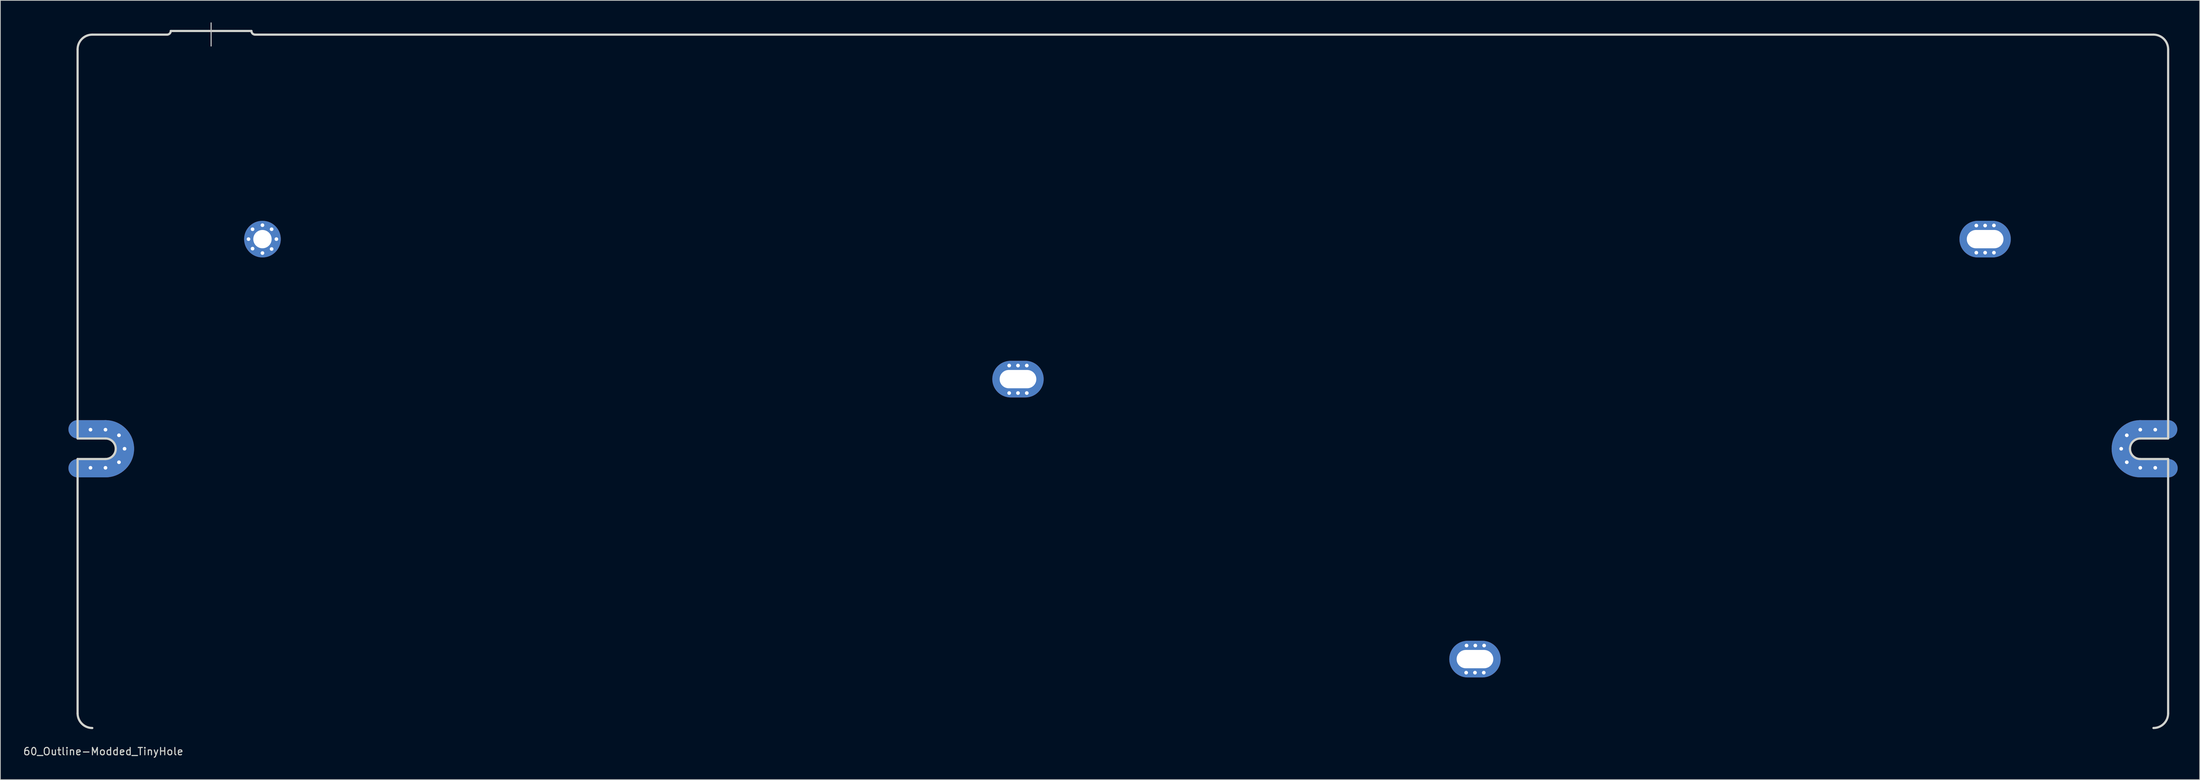
<source format=kicad_pcb>
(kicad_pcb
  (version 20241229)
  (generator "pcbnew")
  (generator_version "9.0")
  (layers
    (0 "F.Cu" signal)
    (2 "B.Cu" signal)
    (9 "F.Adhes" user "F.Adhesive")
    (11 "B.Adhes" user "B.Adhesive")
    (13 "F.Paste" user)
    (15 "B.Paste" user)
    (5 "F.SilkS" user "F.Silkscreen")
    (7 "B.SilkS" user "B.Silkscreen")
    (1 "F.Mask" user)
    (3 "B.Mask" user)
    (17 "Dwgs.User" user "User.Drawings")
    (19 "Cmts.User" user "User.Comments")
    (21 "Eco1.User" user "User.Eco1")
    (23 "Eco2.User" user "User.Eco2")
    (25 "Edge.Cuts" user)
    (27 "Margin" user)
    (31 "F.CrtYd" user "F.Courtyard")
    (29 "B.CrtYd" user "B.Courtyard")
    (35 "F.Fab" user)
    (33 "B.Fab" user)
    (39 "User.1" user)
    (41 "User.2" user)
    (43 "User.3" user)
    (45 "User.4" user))
  (footprint "60_Outline-Modded_TinyHole"
    (layer "F.Cu")
    (at 150.03 48.975)
    (property "Reference" "60_Outline-Modded_TinyHole" (at -139 50.5 0) (layer "Edge.Cuts") (effects (font (size 1 1) (thickness 0.15))))
    (attr through_hole)
    (fp_line (start -142.5 6.549) (end -138.7 6.549) (stroke (width 2.502) (type solid)) (layer "F.Cu"))
    (fp_line (start -142.5 11.851) (end -138.7 11.851) (stroke (width 2.502) (type solid)) (layer "F.Cu"))
    (fp_line (start 138.7 6.549) (end 142.5 6.549) (stroke (width 2.502) (type solid)) (layer "F.Cu"))
    (fp_line (start 138.7 11.851) (end 142.55 11.851) (stroke (width 2.502) (type solid)) (layer "F.Cu"))
    (fp_arc (start -138.7 6.54905) (mid -136.825495 7.325495) (end -136.04905 9.2) (stroke (width 2.5019) (type solid)) (layer "F.Cu"))
    (fp_arc (start -136.04905 9.2) (mid -136.825495 11.074505) (end -138.7 11.85095) (stroke (width 2.5019) (type solid)) (layer "F.Cu"))
    (fp_arc (start 136.04905 9.2) (mid 136.825495 7.325495) (end 138.7 6.54905) (stroke (width 2.5019) (type solid)) (layer "F.Cu"))
    (fp_arc (start 138.7 11.85095) (mid 136.825495 11.074505) (end 136.04905 9.2) (stroke (width 2.5019) (type solid)) (layer "F.Cu"))
    (fp_line (start -142.5 6.549) (end -138.7 6.549) (stroke (width 2.502) (type solid)) (layer "F.Mask"))
    (fp_line (start -142.5 11.851) (end -138.7 11.851) (stroke (width 2.502) (type solid)) (layer "F.Mask"))
    (fp_line (start 138.7 6.549) (end 142.5 6.549) (stroke (width 2.502) (type solid)) (layer "F.Mask"))
    (fp_line (start 138.7 11.851) (end 142.55 11.851) (stroke (width 2.502) (type solid)) (layer "F.Mask"))
    (fp_arc (start -138.7 6.54905) (mid -136.825495 7.325495) (end -136.04905 9.2) (stroke (width 2.5019) (type solid)) (layer "F.Mask"))
    (fp_arc (start -136.04905 9.2) (mid -136.825495 11.074505) (end -138.7 11.85095) (stroke (width 2.5019) (type solid)) (layer "F.Mask"))
    (fp_arc (start 136.04905 9.2) (mid 136.825495 7.325495) (end 138.7 6.54905) (stroke (width 2.5019) (type solid)) (layer "F.Mask"))
    (fp_arc (start 138.7 11.85095) (mid 136.825495 11.074505) (end 136.04905 9.2) (stroke (width 2.5019) (type solid)) (layer "F.Mask"))
    (fp_line (start -142.5 6.549) (end -138.7 6.549) (stroke (width 2.502) (type solid)) (layer "B.Cu"))
    (fp_line (start -142.5 11.851) (end -138.7 11.851) (stroke (width 2.502) (type solid)) (layer "B.Cu"))
    (fp_line (start 138.7 6.549) (end 142.5 6.549) (stroke (width 2.502) (type solid)) (layer "B.Cu"))
    (fp_line (start 138.7 11.851) (end 142.55 11.851) (stroke (width 2.502) (type solid)) (layer "B.Cu"))
    (fp_arc (start -138.7 6.54905) (mid -136.825495 7.325495) (end -136.04905 9.2) (stroke (width 2.5019) (type solid)) (layer "B.Cu"))
    (fp_arc (start -136.04905 9.2) (mid -136.825495 11.074505) (end -138.7 11.85095) (stroke (width 2.5019) (type solid)) (layer "B.Cu"))
    (fp_arc (start 136.04905 9.2) (mid 136.825495 7.325495) (end 138.7 6.54905) (stroke (width 2.5019) (type solid)) (layer "B.Cu"))
    (fp_arc (start 138.7 11.85095) (mid 136.825495 11.074505) (end 136.04905 9.2) (stroke (width 2.5019) (type solid)) (layer "B.Cu"))
    (fp_line (start -142.5 6.549) (end -138.7 6.549) (stroke (width 2.502) (type solid)) (layer "B.Mask"))
    (fp_line (start -142.5 11.851) (end -138.7 11.851) (stroke (width 2.502) (type solid)) (layer "B.Mask"))
    (fp_line (start 138.7 6.549) (end 142.5 6.549) (stroke (width 2.502) (type solid)) (layer "B.Mask"))
    (fp_line (start 138.7 11.851) (end 142.55 11.851) (stroke (width 2.502) (type solid)) (layer "B.Mask"))
    (fp_arc (start -138.7 6.54905) (mid -136.825495 7.325495) (end -136.04905 9.2) (stroke (width 2.5019) (type solid)) (layer "B.Mask"))
    (fp_arc (start -136.04905 9.2) (mid -136.825495 11.074505) (end -138.7 11.85095) (stroke (width 2.5019) (type solid)) (layer "B.Mask"))
    (fp_arc (start 136.04905 9.2) (mid 136.825495 7.325495) (end 138.7 6.54905) (stroke (width 2.5019) (type solid)) (layer "B.Mask"))
    (fp_arc (start 138.7 11.85095) (mid 136.825495 11.074505) (end 136.04905 9.2) (stroke (width 2.5019) (type solid)) (layer "B.Mask"))
    (fp_line (start -124.3 -48.9) (end -124.3 -45.75) (stroke (width 0.15) (type solid)) (layer "Dwgs.User"))
    (fp_line (start -142.5 7.8) (end -142.5 -45.3) (stroke (width 0.3) (type solid)) (layer "Edge.Cuts"))
    (fp_line (start -142.5 10.6) (end -138.7 10.6) (stroke (width 0.3) (type solid)) (layer "Edge.Cuts"))
    (fp_line (start -142.5 45.3) (end -142.5 10.6) (stroke (width 0.3) (type solid)) (layer "Edge.Cuts"))
    (fp_line (start -140.5 -47.3) (end -130.3 -47.3) (stroke (width 0.3) (type solid)) (layer "Edge.Cuts"))
    (fp_line (start -138.7 7.8) (end -142.5 7.8) (stroke (width 0.3) (type solid)) (layer "Edge.Cuts"))
    (fp_line (start -129.8 -47.8) (end -118.8 -47.8) (stroke (width 0.3) (type solid)) (layer "Edge.Cuts"))
    (fp_line (start 138.7 7.8) (end 142.5 7.8) (stroke (width 0.3) (type solid)) (layer "Edge.Cuts"))
    (fp_line (start 138.7 10.6) (end 142.5 10.6) (stroke (width 0.3) (type solid)) (layer "Edge.Cuts"))
    (fp_line (start 140.5 -47.3) (end -118.3 -47.3) (stroke (width 0.3) (type solid)) (layer "Edge.Cuts"))
    (fp_line (start 142.5 7.8) (end 142.5 -45.3) (stroke (width 0.3) (type solid)) (layer "Edge.Cuts"))
    (fp_line (start 142.5 10.6) (end 142.5 45.3) (stroke (width 0.3) (type solid)) (layer "Edge.Cuts"))
    (fp_arc (start -142.5 -45.3) (mid -141.914214 -46.714214) (end -140.5 -47.3) (stroke (width 0.3) (type solid)) (layer "Edge.Cuts"))
    (fp_arc (start -140.5 47.3) (mid -141.914214 46.714214) (end -142.5 45.3) (stroke (width 0.3) (type solid)) (layer "Edge.Cuts"))
    (fp_arc (start -138.7 7.8) (mid -137.710051 8.210051) (end -137.3 9.2) (stroke (width 0.3) (type solid)) (layer "Edge.Cuts"))
    (fp_arc (start -137.3 9.2) (mid -137.710051 10.189949) (end -138.7 10.6) (stroke (width 0.3) (type solid)) (layer "Edge.Cuts"))
    (fp_arc (start -129.8 -47.8) (mid -129.946447 -47.446447) (end -130.3 -47.3) (stroke (width 0.3) (type solid)) (layer "Edge.Cuts"))
    (fp_arc (start -118.3 -47.3) (mid -118.653553 -47.446447) (end -118.8 -47.8) (stroke (width 0.3) (type solid)) (layer "Edge.Cuts"))
    (fp_arc (start 137.3 9.2) (mid 137.710051 8.210051) (end 138.7 7.8) (stroke (width 0.3) (type solid)) (layer "Edge.Cuts"))
    (fp_arc (start 138.7 10.6) (mid 137.710051 10.189949) (end 137.3 9.2) (stroke (width 0.3) (type solid)) (layer "Edge.Cuts"))
    (fp_arc (start 140.5 -47.3) (mid 141.914214 -46.714214) (end 142.5 -45.3) (stroke (width 0.3) (type solid)) (layer "Edge.Cuts"))
    (fp_arc (start 142.5 45.3) (mid 141.914214 46.714214) (end 140.5 47.3) (stroke (width 0.3) (type solid)) (layer "Edge.Cuts"))
    (pad "1" thru_hole circle (at -140.742 6.6) (size 1 1) (drill 0.5) (layers "*.Cu" "*.Mask"))
    (pad "1" thru_hole circle (at -140.742 11.8) (size 1 1) (drill 0.5) (layers "*.Cu" "*.Mask"))
    (pad "1" thru_hole circle (at -138.7 6.6) (size 1 1) (drill 0.5) (layers "*.Cu" "*.Mask"))
    (pad "1" thru_hole circle (at -138.7 11.8) (size 1 1) (drill 0.5) (layers "*.Cu" "*.Mask"))
    (pad "1" thru_hole circle (at -136.862 7.362) (size 1 1) (drill 0.5) (layers "*.Cu" "*.Mask"))
    (pad "1" thru_hole circle (at -136.862 11.038) (size 1 1) (drill 0.5) (layers "*.Cu" "*.Mask"))
    (pad "1" thru_hole circle (at -136.1 9.2) (size 1 1) (drill 0.5) (layers "*.Cu" "*.Mask"))
    (pad "1" thru_hole circle (at -119.2 -19.4) (size 1 1) (drill 0.5) (layers "*.Cu" "*.Mask"))
    (pad "1" thru_hole circle (at -118.65 -20.75) (size 1 1) (drill 0.5) (layers "*.Cu" "*.Mask"))
    (pad "1" thru_hole circle (at -118.65 -18.1) (size 1 1) (drill 0.5) (layers "*.Cu" "*.Mask"))
    (pad "1" thru_hole circle (at -117.3 -21.3) (size 1 1) (drill 0.5) (layers "*.Cu" "*.Mask"))
    (pad "1" thru_hole circle (at -117.3 -19.4) (size 5 5) (drill 2.499) (layers "*.Cu" "*.Mask"))
    (pad "1" thru_hole circle (at -117.3 -17.5) (size 1 1) (drill 0.5) (layers "*.Cu" "*.Mask"))
    (pad "1" thru_hole circle (at -116.05 -20.75) (size 1 1) (drill 0.5) (layers "*.Cu" "*.Mask"))
    (pad "1" thru_hole circle (at -116.05 -18.05) (size 1 1) (drill 0.5) (layers "*.Cu" "*.Mask"))
    (pad "1" thru_hole circle (at -115.4 -19.4) (size 1 1) (drill 0.5) (layers "*.Cu" "*.Mask"))
    (pad "1" thru_hole circle (at -15.5 -2.15) (size 1 1) (drill 0.5) (layers "*.Cu" "*.Mask"))
    (pad "1" thru_hole circle (at -15.5 1.6) (size 1 1) (drill 0.5) (layers "*.Cu" "*.Mask"))
    (pad "1" thru_hole circle (at -14.3 -2.15) (size 1 1) (drill 0.5) (layers "*.Cu" "*.Mask"))
    (pad "1" thru_hole oval (at -14.3 -0.3) (size 7 5) (drill oval 5.001 2.499) (layers "*.Cu" "*.Mask"))
    (pad "1" thru_hole circle (at -14.3 1.6) (size 1 1) (drill 0.5) (layers "*.Cu" "*.Mask"))
    (pad "1" thru_hole circle (at -13.1 -2.15) (size 1 1) (drill 0.5) (layers "*.Cu" "*.Mask"))
    (pad "1" thru_hole circle (at -13.1 1.6) (size 1 1) (drill 0.5) (layers "*.Cu" "*.Mask"))
    (pad "1" thru_hole circle (at 46.8 39.75) (size 1 1) (drill 0.5) (layers "*.Cu" "*.Mask"))
    (pad "1" thru_hole circle (at 46.85 36.05) (size 1 1) (drill 0.5) (layers "*.Cu" "*.Mask"))
    (pad "1" thru_hole oval (at 48 37.9) (size 7 5) (drill oval 5.001 2.499) (layers "*.Cu" "*.Mask"))
    (pad "1" thru_hole circle (at 48 39.75) (size 1 1) (drill 0.5) (layers "*.Cu" "*.Mask"))
    (pad "1" thru_hole circle (at 48.05 36.05) (size 1 1) (drill 0.5) (layers "*.Cu" "*.Mask"))
    (pad "1" thru_hole circle (at 49.2 39.75) (size 1 1) (drill 0.5) (layers "*.Cu" "*.Mask"))
    (pad "1" thru_hole circle (at 49.25 36.05) (size 1 1) (drill 0.5) (layers "*.Cu" "*.Mask"))
    (pad "1" thru_hole circle (at 116.35 -21.25) (size 1 1) (drill 0.5) (layers "*.Cu" "*.Mask"))
    (pad "1" thru_hole circle (at 116.35 -17.55) (size 1 1) (drill 0.5) (layers "*.Cu" "*.Mask"))
    (pad "1" thru_hole circle (at 117.55 -21.25) (size 1 1) (drill 0.5) (layers "*.Cu" "*.Mask"))
    (pad "1" thru_hole oval (at 117.55 -19.4) (size 7 5) (drill oval 5.001 2.499) (layers "*.Cu" "*.Mask"))
    (pad "1" thru_hole circle (at 117.55 -17.55) (size 1 1) (drill 0.5) (layers "*.Cu" "*.Mask"))
    (pad "1" thru_hole circle (at 118.75 -21.267) (size 1 1) (drill 0.5) (layers "*.Cu" "*.Mask"))
    (pad "1" thru_hole circle (at 118.75 -17.55) (size 1 1) (drill 0.5) (layers "*.Cu" "*.Mask"))
    (pad "1" thru_hole circle (at 136.1 9.2) (size 1 1) (drill 0.5) (layers "*.Cu" "*.Mask"))
    (pad "1" thru_hole circle (at 136.862 7.362) (size 1 1) (drill 0.5) (layers "*.Cu" "*.Mask"))
    (pad "1" thru_hole circle (at 136.862 11.038) (size 1 1) (drill 0.5) (layers "*.Cu" "*.Mask"))
    (pad "1" thru_hole circle (at 138.7 6.6) (size 1 1) (drill 0.5) (layers "*.Cu" "*.Mask"))
    (pad "1" thru_hole circle (at 138.7 11.8) (size 1 1) (drill 0.5) (layers "*.Cu" "*.Mask"))
    (pad "1" thru_hole circle (at 140.742 6.6) (size 1 1) (drill 0.5) (layers "*.Cu" "*.Mask"))
    (pad "1" thru_hole circle (at 140.742 11.8) (size 1 1) (drill 0.5) (layers "*.Cu" "*.Mask")))
  (gr_rect
    (start -3 -3)
    (end 296.831 103.323)
    (stroke (width 0.1) (type default))
    (fill no)
    (layer "Edge.Cuts")))
</source>
